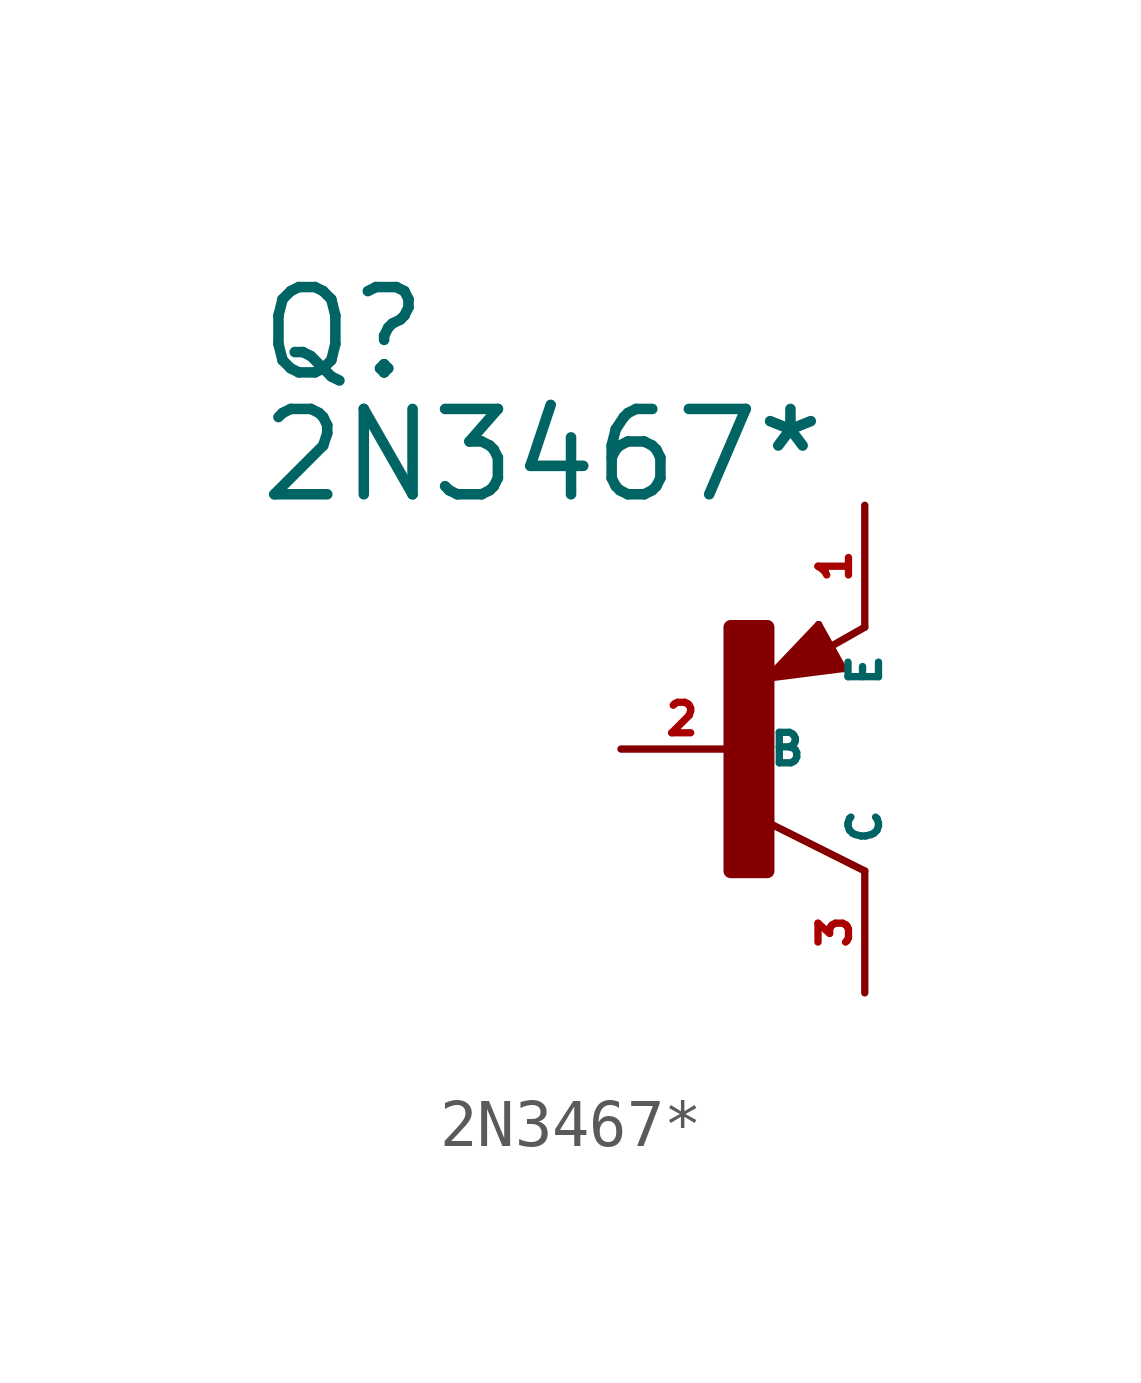
<source format=kicad_sym>
(kicad_symbol_lib
  (version 20220914)
  (generator Eagle2Kicad)
  (symbol "2N3467*"
    (property "Reference" "Q"
      (at -10.16 7.62 0)
      (effects (font (size 1.778 1.778) (thickness 0.22)) (justify left bottom)))
    (property "Value" "2N3467*"
      (at -10.16 5.08 0)
      (effects (font (size 1.778 1.778) (thickness 0.22)) (justify left bottom)))
    (polyline
      (pts (xy 2.086 1.678) (xy 1.578 2.594))
      (stroke (width 0.152) (type default))
      (fill (type none)))
    (polyline
      (pts (xy 1.578 2.594) (xy 0.516 1.478))
      (stroke (width 0.152) (type default))
      (fill (type none)))
    (polyline
      (pts (xy 0.516 1.478) (xy 2.086 1.678))
      (stroke (width 0.152) (type default))
      (fill (type none)))
    (polyline
      (pts (xy 2.54 2.54) (xy 1.808 2.124))
      (stroke (width 0.152) (type default))
      (fill (type none)))
    (polyline
      (pts (xy 2.54 -2.54) (xy 0.508 -1.524))
      (stroke (width 0.152) (type default))
      (fill (type none)))
    (polyline
      (pts (xy 1.905 1.778) (xy 1.524 2.413))
      (stroke (width 0.254) (type default))
      (fill (type none)))
    (polyline
      (pts (xy 1.524 2.413) (xy 0.762 1.651))
      (stroke (width 0.254) (type default))
      (fill (type none)))
    (polyline
      (pts (xy 0.762 1.651) (xy 1.778 1.778))
      (stroke (width 0.254) (type default))
      (fill (type none)))
    (polyline
      (pts (xy 1.778 1.778) (xy 1.524 2.159))
      (stroke (width 0.254) (type default))
      (fill (type none)))
    (polyline
      (pts (xy 1.524 2.159) (xy 1.143 1.905))
      (stroke (width 0.254) (type default))
      (fill (type none)))
    (polyline
      (pts (xy 1.143 1.905) (xy 1.524 1.905))
      (stroke (width 0.254) (type default))
      (fill (type none)))
    (rectangle
      (start -0.254 -2.54)
      (end 0.508 2.54)
      (stroke (width 0.3) (type default))
      (fill (type outline)))
    (pin passive line
      (at -2.54 0 0)
      (length 2.54)
      (name "B" (effects (font (size 0.635 0.635) (thickness 0.08)) (justify left bottom)))
      (number "2" (effects (font (size 0.635 0.635) (thickness 0.08)) (justify left bottom))))
    (pin passive line
      (at 2.54 5.08 270)
      (length 2.54)
      (name "E" (effects (font (size 0.635 0.635) (thickness 0.08)) (justify left bottom)))
      (number "1" (effects (font (size 0.635 0.635) (thickness 0.08)) (justify left bottom))))
    (pin passive line
      (at 2.54 -5.08 90)
      (length 2.54)
      (name "C" (effects (font (size 0.635 0.635) (thickness 0.08)) (justify left bottom)))
      (number "3" (effects (font (size 0.635 0.635) (thickness 0.08)) (justify left bottom))))))
</source>
